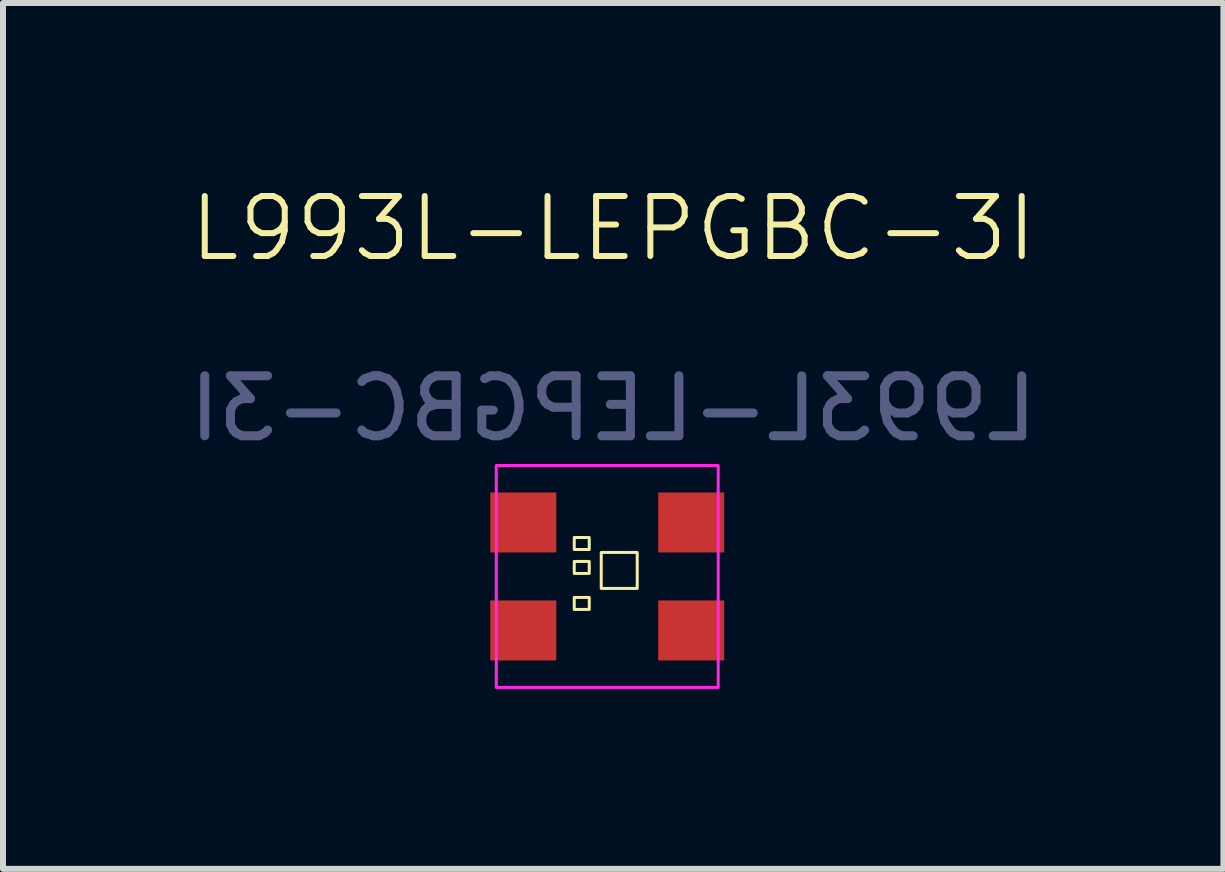
<source format=kicad_pcb>
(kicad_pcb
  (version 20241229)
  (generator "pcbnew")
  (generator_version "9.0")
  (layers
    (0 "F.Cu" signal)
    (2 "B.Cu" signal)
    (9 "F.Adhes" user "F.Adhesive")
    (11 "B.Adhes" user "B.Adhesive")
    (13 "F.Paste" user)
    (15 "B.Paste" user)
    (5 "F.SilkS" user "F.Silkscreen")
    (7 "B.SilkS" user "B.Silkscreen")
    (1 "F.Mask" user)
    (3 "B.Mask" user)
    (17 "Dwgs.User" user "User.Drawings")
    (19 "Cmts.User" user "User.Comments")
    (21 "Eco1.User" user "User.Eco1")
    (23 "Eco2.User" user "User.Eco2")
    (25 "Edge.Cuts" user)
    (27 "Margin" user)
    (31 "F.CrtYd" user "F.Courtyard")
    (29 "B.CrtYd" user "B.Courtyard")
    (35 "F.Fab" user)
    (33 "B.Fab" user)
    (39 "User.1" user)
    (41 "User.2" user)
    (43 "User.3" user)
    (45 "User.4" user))
  (footprint "L993L-LEPGBC-3I"
    (layer "F.Cu")
    (at 7.173 1.26)
    (property "Reference" "L993L-LEPGBC-3I" (at 0 -0.5 0) (unlocked yes) (layer "F.SilkS") (effects (font (size 1 1) (thickness 0.1))))
    (attr smd)
    (fp_rect (start -0.65 4.65) (end -0.4 4.85) (stroke (width 0.05) (type default)) (fill no) (layer "F.SilkS"))
    (fp_rect (start -0.65 5.05) (end -0.4 5.25) (stroke (width 0.05) (type default)) (fill no) (layer "F.SilkS"))
    (fp_rect (start -0.65 5.65) (end -0.4 5.85) (stroke (width 0.05) (type default)) (fill no) (layer "F.SilkS"))
    (fp_rect (start 0.4 5.5) (end -0.2 4.9) (stroke (width 0.05) (type default)) (fill no) (layer "F.SilkS"))
    (fp_rect (start -1.95 3.45) (end 1.75 7.15) (stroke (width 0.05) (type default)) (fill no) (layer "F.CrtYd"))
    (fp_text user "${REFERENCE}" (at 0 2.5 0) (unlocked yes) (layer "B.Fab") (effects (font (size 1 1) (thickness 0.15)) (justify mirror)))
    (pad "1" smd rect (at -1.5 4.4) (size 1.1 1) (layers "F.Cu" "F.Mask" "F.Paste"))
    (pad "2" smd rect (at -1.5 6.2) (size 1.1 1) (layers "F.Cu" "F.Mask" "F.Paste"))
    (pad "3" smd rect (at 1.3 6.2) (size 1.1 1) (layers "F.Cu" "F.Mask" "F.Paste"))
    (pad "4" smd rect (at 1.3 4.4) (size 1.1 1) (layers "F.Cu" "F.Mask" "F.Paste")))
  (gr_rect
    (start -3 -3)
    (end 17.345 11.435)
    (stroke (width 0.1) (type default))
    (fill no)
    (layer "Edge.Cuts")))
</source>
